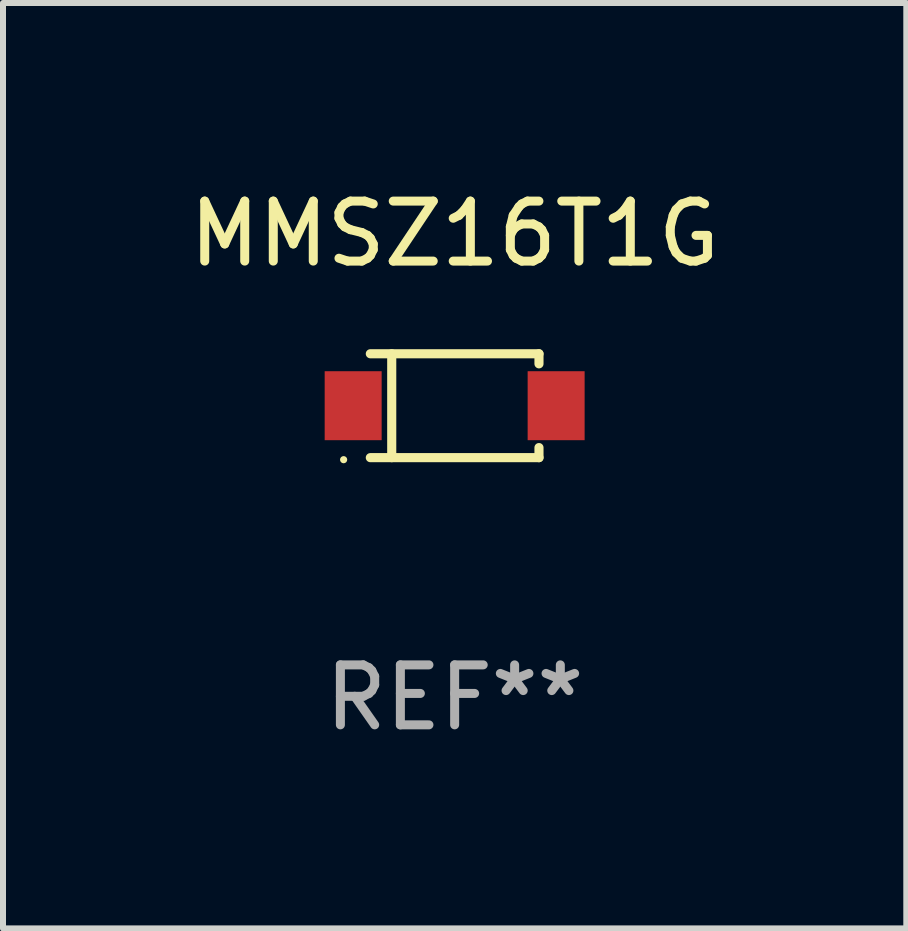
<source format=kicad_pcb>
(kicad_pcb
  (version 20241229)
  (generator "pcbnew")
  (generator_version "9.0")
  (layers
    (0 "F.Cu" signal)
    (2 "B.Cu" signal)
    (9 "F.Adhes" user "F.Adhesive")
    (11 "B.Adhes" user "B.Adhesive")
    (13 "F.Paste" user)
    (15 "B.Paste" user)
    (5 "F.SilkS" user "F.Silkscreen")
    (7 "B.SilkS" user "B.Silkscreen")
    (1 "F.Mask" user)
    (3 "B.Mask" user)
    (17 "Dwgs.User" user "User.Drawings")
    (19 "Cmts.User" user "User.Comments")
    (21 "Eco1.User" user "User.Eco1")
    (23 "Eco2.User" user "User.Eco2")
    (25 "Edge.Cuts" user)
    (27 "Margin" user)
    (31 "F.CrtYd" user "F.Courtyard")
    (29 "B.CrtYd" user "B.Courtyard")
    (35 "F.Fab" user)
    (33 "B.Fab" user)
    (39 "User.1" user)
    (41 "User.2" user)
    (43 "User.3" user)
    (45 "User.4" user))
  (footprint "MMSZ16T1G"
    (layer "F.Cu")
    (at 4.53 3.714)
    (property "Reference" "MMSZ16T1G" (at 0 -2.866 0) (layer "F.SilkS") (effects (font (size 1 1) (thickness 0.15))))
    (attr through_hole)
    (fp_line (start -1.406 -0.866) (end 1.406 -0.866) (stroke (width 0.152) (type solid)) (layer "F.SilkS"))
    (fp_line (start -1.406 0.866) (end 1.406 0.866) (stroke (width 0.152) (type solid)) (layer "F.SilkS"))
    (fp_line (start -1.049 -0.866) (end -1.049 0.866) (stroke (width 0.152) (type solid)) (layer "F.SilkS"))
    (fp_line (start 1.406 -0.866) (end 1.406 -0.698) (stroke (width 0.152) (type solid)) (layer "F.SilkS"))
    (fp_line (start 1.406 0.866) (end 1.406 0.698) (stroke (width 0.152) (type solid)) (layer "F.SilkS"))
    (fp_circle (center -1.851 0.9) (end -1.821 0.9) (stroke (width 0.06) (type solid)) (fill no) (layer "F.SilkS"))
    (fp_text user "REF**" (at 0 4.866 0) (layer "F.Fab") (effects (font (size 1 1) (thickness 0.15))))
    (pad "1" smd rect (at -1.692 0) (size 0.95 1.15) (layers "F.Cu" "F.Mask" "F.Paste"))
    (pad "2" smd rect (at 1.692 0) (size 0.95 1.15) (layers "F.Cu" "F.Mask" "F.Paste")))
  (gr_rect
    (start -3 -3)
    (end 12.06 12.429)
    (stroke (width 0.1) (type default))
    (fill no)
    (layer "Edge.Cuts")))
</source>
